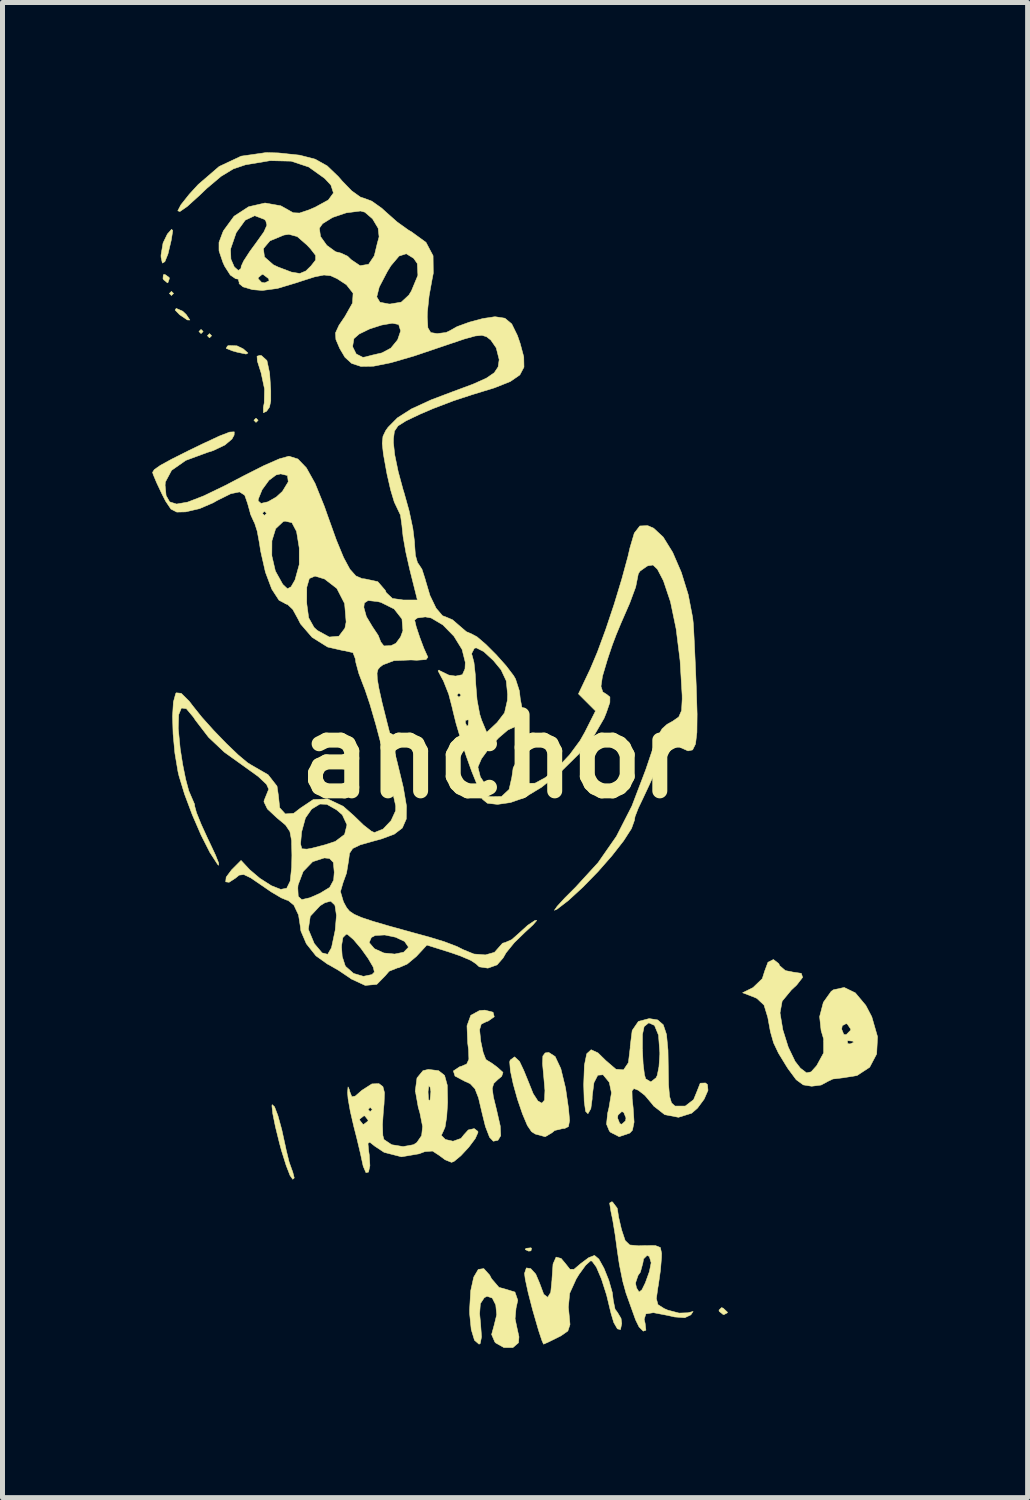
<source format=kicad_pcb>
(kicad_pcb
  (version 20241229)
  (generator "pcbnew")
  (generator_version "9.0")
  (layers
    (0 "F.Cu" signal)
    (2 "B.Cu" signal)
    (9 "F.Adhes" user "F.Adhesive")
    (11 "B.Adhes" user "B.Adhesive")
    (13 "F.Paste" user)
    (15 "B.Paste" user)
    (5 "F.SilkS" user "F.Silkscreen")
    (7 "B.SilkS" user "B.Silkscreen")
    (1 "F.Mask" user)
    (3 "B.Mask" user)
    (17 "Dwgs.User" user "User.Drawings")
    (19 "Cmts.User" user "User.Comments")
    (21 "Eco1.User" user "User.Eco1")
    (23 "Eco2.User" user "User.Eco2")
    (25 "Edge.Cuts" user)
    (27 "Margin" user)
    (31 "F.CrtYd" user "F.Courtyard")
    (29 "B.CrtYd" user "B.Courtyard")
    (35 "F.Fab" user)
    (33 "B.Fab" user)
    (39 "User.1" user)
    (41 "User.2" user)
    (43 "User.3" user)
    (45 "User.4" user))
  (footprint "anchor"
    (layer "F.Cu")
    (at 6.86 12.097)
    (property "Reference" "anchor" (at 0 0 0) (layer "F.SilkS") (effects (font (size 1.524 1.524) (thickness 0.3))))
    (attr through_hole)
    (fp_poly (pts (xy -6.435 -9.271) (xy -6.477 -9.229) (xy -6.519 -9.271) (xy -6.477 -9.313) (xy -6.435 -9.271)) (stroke (width 0.01) (type solid)) (fill yes) (layer "F.SilkS"))
    (fp_poly (pts (xy -5.842 -8.509) (xy -5.884 -8.467) (xy -5.927 -8.509) (xy -5.884 -8.551) (xy -5.842 -8.509)) (stroke (width 0.01) (type solid)) (fill yes) (layer "F.SilkS"))
    (fp_poly (pts (xy -5.673 -8.424) (xy -5.715 -8.382) (xy -5.757 -8.424) (xy -5.715 -8.467) (xy -5.673 -8.424)) (stroke (width 0.01) (type solid)) (fill yes) (layer "F.SilkS"))
    (fp_poly (pts (xy -4.741 -6.731) (xy -4.784 -6.689) (xy -4.826 -6.731) (xy -4.784 -6.773) (xy -4.741 -6.731)) (stroke (width 0.01) (type solid)) (fill yes) (layer "F.SilkS"))
    (fp_poly (pts (xy 0.734 9.85) (xy 0.722 9.9) (xy 0.677 9.906) (xy 0.608 9.875) (xy 0.621 9.85) (xy 0.721 9.839) (xy 0.734 9.85)) (stroke (width 0.01) (type solid)) (fill yes) (layer "F.SilkS"))
    (fp_poly (pts (xy -6.252 -8.916) (xy -6.181 -8.848) (xy -6.108 -8.739) (xy -6.158 -8.74) (xy -6.313 -8.845) (xy -6.403 -8.938) (xy -6.382 -8.972) (xy -6.252 -8.916)) (stroke (width 0.01) (type solid)) (fill yes) (layer "F.SilkS"))
    (fp_poly (pts (xy -6.523 -9.591) (xy -6.519 -9.567) (xy -6.548 -9.485) (xy -6.557 -9.483) (xy -6.629 -9.542) (xy -6.646 -9.567) (xy -6.64 -9.645) (xy -6.609 -9.652) (xy -6.523 -9.591)) (stroke (width 0.01) (type solid)) (fill yes) (layer "F.SilkS"))
    (fp_poly (pts (xy 4.572 11.049) (xy 4.653 11.125) (xy 4.657 11.139) (xy 4.591 11.175) (xy 4.572 11.176) (xy 4.491 11.111) (xy 4.487 11.086) (xy 4.539 11.036) (xy 4.572 11.049)) (stroke (width 0.01) (type solid)) (fill yes) (layer "F.SilkS"))
    (fp_poly (pts (xy -5.164 -8.222) (xy -5.039 -8.161) (xy -4.945 -8.078) (xy -4.983 -8.057) (xy -5.166 -8.096) (xy -5.249 -8.119) (xy -5.381 -8.171) (xy -5.356 -8.218) (xy -5.33 -8.228) (xy -5.164 -8.222)) (stroke (width 0.01) (type solid)) (fill yes) (layer "F.SilkS"))
    (fp_poly (pts (xy -6.451 -10.53) (xy -6.477 -10.362) (xy -6.483 -10.329) (xy -6.546 -10.063) (xy -6.609 -9.907) (xy -6.659 -9.879) (xy -6.685 -9.996) (xy -6.686 -10.038) (xy -6.645 -10.282) (xy -6.558 -10.461) (xy -6.474 -10.556) (xy -6.451 -10.53)) (stroke (width 0.01) (type solid)) (fill yes) (layer "F.SilkS"))
    (fp_poly (pts (xy -4.673 -8.026) (xy -4.565 -7.927) (xy -4.511 -7.675) (xy -4.51 -7.662) (xy -4.488 -7.326) (xy -4.488 -7.118) (xy -4.514 -6.995) (xy -4.57 -6.915) (xy -4.577 -6.909) (xy -4.636 -6.883) (xy -4.636 -6.991) (xy -4.619 -7.078) (xy -4.613 -7.359) (xy -4.682 -7.682) (xy -4.687 -7.697) (xy -4.756 -7.915) (xy -4.763 -8.014) (xy -4.706 -8.031) (xy -4.673 -8.026)) (stroke (width 0.01) (type solid)) (fill yes) (layer "F.SilkS"))
    (fp_poly (pts (xy -4.413 7.015) (xy -4.345 7.193) (xy -4.268 7.473) (xy -4.192 7.82) (xy -4.18 7.879) (xy -4.12 8.123) (xy -4.052 8.313) (xy -4.049 8.319) (xy -4.018 8.44) (xy -4.048 8.467) (xy -4.102 8.391) (xy -4.181 8.187) (xy -4.273 7.893) (xy -4.314 7.742) (xy -4.395 7.414) (xy -4.448 7.153) (xy -4.465 6.997) (xy -4.46 6.972) (xy -4.413 7.015)) (stroke (width 0.01) (type solid)) (fill yes) (layer "F.SilkS"))
    (fp_poly (pts (xy 1.206 6.009) (xy 1.32 6.251) (xy 1.415 6.642) (xy 1.474 7.048) (xy 1.495 7.292) (xy 1.473 7.411) (xy 1.398 7.449) (xy 1.358 7.451) (xy 1.197 7.49) (xy 1.143 7.535) (xy 1.007 7.615) (xy 0.808 7.561) (xy 0.733 7.513) (xy 0.65 7.39) (xy 0.552 7.158) (xy 0.452 6.865) (xy 0.367 6.56) (xy 0.31 6.294) (xy 0.296 6.116) (xy 0.306 6.081) (xy 0.394 6.015) (xy 0.492 6.106) (xy 0.578 6.287) (xy 0.68 6.537) (xy 0.766 6.752) (xy 0.766 6.752) (xy 0.861 6.899) (xy 0.94 6.943) (xy 0.993 6.882) (xy 1.002 6.689) (xy 0.98 6.435) (xy 0.954 6.153) (xy 0.96 5.999) (xy 1.006 5.937) (xy 1.078 5.927) (xy 1.206 6.009)) (stroke (width 0.01) (type solid)) (fill yes) (layer "F.SilkS"))
    (fp_poly (pts (xy -0.104 10.387) (xy -0.069 10.456) (xy 0.081 10.631) (xy 0.216 10.668) (xy 0.401 10.725) (xy 0.458 10.889) (xy 0.423 11.049) (xy 0.404 11.259) (xy 0.438 11.423) (xy 0.482 11.622) (xy 0.472 11.741) (xy 0.359 11.838) (xy 0.183 11.838) (xy 0.016 11.744) (xy -0.002 11.724) (xy -0.066 11.575) (xy -0.014 11.385) (xy 0.036 11.179) (xy 0.017 10.983) (xy -0.053 10.845) (xy -0.159 10.809) (xy -0.214 10.84) (xy -0.291 10.957) (xy -0.306 11.159) (xy -0.287 11.357) (xy -0.268 11.623) (xy -0.295 11.757) (xy -0.318 11.769) (xy -0.409 11.69) (xy -0.474 11.475) (xy -0.506 11.158) (xy -0.507 11.081) (xy -0.485 10.7) (xy -0.424 10.426) (xy -0.333 10.272) (xy -0.223 10.255) (xy -0.104 10.387)) (stroke (width 0.01) (type solid)) (fill yes) (layer "F.SilkS"))
    (fp_poly (pts (xy -0.037 5.122) (xy -0.013 5.213) (xy -0.137 5.3) (xy -0.169 5.309) (xy -0.273 5.36) (xy -0.307 5.472) (xy -0.284 5.695) (xy -0.283 5.704) (xy -0.236 5.926) (xy -0.184 6.062) (xy -0.168 6.078) (xy -0.06 6.144) (xy 0.051 6.226) (xy 0.162 6.327) (xy 0.136 6.405) (xy 0.059 6.469) (xy -0.023 6.548) (xy -0.053 6.647) (xy -0.031 6.815) (xy 0.033 7.076) (xy 0.107 7.4) (xy 0.117 7.594) (xy 0.061 7.686) (xy -0.032 7.705) (xy -0.107 7.626) (xy -0.19 7.41) (xy -0.256 7.144) (xy -0.328 6.837) (xy -0.4 6.654) (xy -0.495 6.553) (xy -0.61 6.501) (xy -0.799 6.4) (xy -0.832 6.298) (xy -0.706 6.214) (xy -0.668 6.203) (xy -0.564 6.158) (xy -0.521 6.064) (xy -0.528 5.873) (xy -0.545 5.737) (xy -0.559 5.394) (xy -0.483 5.184) (xy -0.31 5.089) (xy -0.201 5.08) (xy -0.037 5.122)) (stroke (width 0.01) (type solid)) (fill yes) (layer "F.SilkS"))
    (fp_poly (pts (xy 2.081 10.064) (xy 2.184 10.249) (xy 2.281 10.49) (xy 2.351 10.736) (xy 2.371 10.899) (xy 2.406 11.068) (xy 2.455 11.134) (xy 2.526 11.253) (xy 2.54 11.355) (xy 2.514 11.477) (xy 2.453 11.462) (xy 2.38 11.335) (xy 2.326 11.154) (xy 2.236 10.783) (xy 2.133 10.462) (xy 2.032 10.225) (xy 1.945 10.106) (xy 1.915 10.1) (xy 1.818 10.187) (xy 1.685 10.37) (xy 1.628 10.463) (xy 1.497 10.751) (xy 1.471 11.029) (xy 1.483 11.147) (xy 1.504 11.375) (xy 1.461 11.505) (xy 1.324 11.601) (xy 1.261 11.633) (xy 1.079 11.723) (xy 0.979 11.767) (xy 0.974 11.769) (xy 0.942 11.697) (xy 0.882 11.517) (xy 0.862 11.451) (xy 0.753 11.074) (xy 0.665 10.732) (xy 0.608 10.47) (xy 0.593 10.351) (xy 0.63 10.242) (xy 0.717 10.255) (xy 0.818 10.366) (xy 0.895 10.547) (xy 0.978 10.77) (xy 1.057 10.83) (xy 1.118 10.731) (xy 1.143 10.48) (xy 1.143 10.462) (xy 1.164 10.163) (xy 1.225 10.025) (xy 1.326 10.052) (xy 1.403 10.143) (xy 1.502 10.268) (xy 1.584 10.27) (xy 1.714 10.159) (xy 1.877 10.037) (xy 1.994 9.991) (xy 2.081 10.064)) (stroke (width 0.01) (type solid)) (fill yes) (layer "F.SilkS"))
    (fp_poly (pts (xy 2.358 8.925) (xy 2.449 9.046) (xy 2.456 9.085) (xy 2.478 9.229) (xy 2.53 9.452) (xy 2.543 9.498) (xy 2.609 9.695) (xy 2.7 9.782) (xy 2.876 9.799) (xy 2.987 9.795) (xy 3.211 9.793) (xy 3.313 9.833) (xy 3.338 9.949) (xy 3.336 10.033) (xy 3.315 10.288) (xy 3.273 10.586) (xy 3.264 10.633) (xy 3.233 10.856) (xy 3.265 10.977) (xy 3.39 11.056) (xy 3.461 11.087) (xy 3.687 11.146) (xy 3.869 11.14) (xy 3.872 11.138) (xy 3.969 11.114) (xy 3.926 11.178) (xy 3.921 11.183) (xy 3.802 11.239) (xy 3.598 11.224) (xy 3.461 11.193) (xy 3.174 11.138) (xy 3.023 11.162) (xy 2.989 11.271) (xy 3.008 11.352) (xy 3.024 11.489) (xy 2.971 11.508) (xy 2.886 11.423) (xy 2.817 11.282) (xy 2.729 11.036) (xy 2.631 10.762) (xy 2.627 10.753) (xy 2.57 10.545) (xy 2.815 10.545) (xy 2.835 10.641) (xy 2.887 10.725) (xy 2.944 10.68) (xy 3.012 10.541) (xy 3.093 10.317) (xy 3.129 10.139) (xy 3.092 10.013) (xy 3.048 9.991) (xy 2.977 10.061) (xy 2.963 10.143) (xy 2.913 10.327) (xy 2.867 10.391) (xy 2.815 10.545) (xy 2.57 10.545) (xy 2.559 10.506) (xy 2.492 10.174) (xy 2.452 9.906) (xy 2.407 9.575) (xy 2.358 9.278) (xy 2.323 9.11) (xy 2.297 8.943) (xy 2.343 8.916) (xy 2.358 8.925)) (stroke (width 0.01) (type solid)) (fill yes) (layer "F.SilkS"))
    (fp_poly (pts (xy 5.683 4.148) (xy 5.703 4.191) (xy 5.816 4.288) (xy 5.966 4.318) (xy 6.135 4.343) (xy 6.162 4.424) (xy 6.044 4.576) (xy 5.936 4.677) (xy 5.752 4.9) (xy 5.709 5.135) (xy 5.709 5.136) (xy 5.766 5.476) (xy 5.874 5.82) (xy 6.011 6.106) (xy 6.117 6.242) (xy 6.241 6.336) (xy 6.332 6.316) (xy 6.443 6.192) (xy 6.582 5.937) (xy 6.582 5.701) (xy 7.056 5.701) (xy 7.067 5.751) (xy 7.112 5.757) (xy 7.182 5.726) (xy 7.168 5.701) (xy 7.068 5.691) (xy 7.056 5.701) (xy 6.582 5.701) (xy 6.582 5.657) (xy 6.532 5.488) (xy 6.529 5.461) (xy 6.943 5.461) (xy 6.986 5.566) (xy 7.034 5.572) (xy 7.121 5.484) (xy 7.125 5.461) (xy 7.059 5.362) (xy 7.034 5.35) (xy 6.956 5.391) (xy 6.943 5.461) (xy 6.529 5.461) (xy 6.502 5.21) (xy 6.577 4.924) (xy 6.733 4.705) (xy 6.778 4.673) (xy 6.994 4.626) (xy 7.217 4.734) (xy 7.427 4.985) (xy 7.547 5.214) (xy 7.662 5.613) (xy 7.644 5.958) (xy 7.504 6.224) (xy 7.251 6.39) (xy 6.971 6.435) (xy 6.767 6.459) (xy 6.648 6.516) (xy 6.646 6.519) (xy 6.532 6.58) (xy 6.343 6.604) (xy 6.175 6.577) (xy 6.033 6.473) (xy 5.872 6.256) (xy 5.841 6.208) (xy 5.678 5.941) (xy 5.58 5.735) (xy 5.517 5.513) (xy 5.464 5.224) (xy 5.389 4.979) (xy 5.246 4.845) (xy 5.185 4.818) (xy 4.96 4.732) (xy 5.168 4.629) (xy 5.354 4.45) (xy 5.403 4.295) (xy 5.468 4.121) (xy 5.577 4.066) (xy 5.683 4.148)) (stroke (width 0.01) (type solid)) (fill yes) (layer "F.SilkS"))
    (fp_poly (pts (xy 3.259 5.276) (xy 3.371 5.373) (xy 3.436 5.567) (xy 3.466 5.884) (xy 3.471 6.2) (xy 3.477 6.572) (xy 3.497 6.807) (xy 3.537 6.938) (xy 3.603 6.998) (xy 3.61 7.001) (xy 3.812 7.001) (xy 3.979 6.872) (xy 4.049 6.701) (xy 4.111 6.543) (xy 4.216 6.538) (xy 4.256 6.57) (xy 4.267 6.686) (xy 4.19 6.862) (xy 4.057 7.042) (xy 3.94 7.144) (xy 3.676 7.226) (xy 3.4 7.173) (xy 3.178 6.999) (xy 3.158 6.971) (xy 3.004 6.788) (xy 2.871 6.684) (xy 2.783 6.651) (xy 2.745 6.697) (xy 2.749 6.856) (xy 2.768 7.035) (xy 2.787 7.322) (xy 2.754 7.485) (xy 2.701 7.542) (xy 2.488 7.614) (xy 2.314 7.525) (xy 2.291 7.499) (xy 2.235 7.363) (xy 2.248 7.239) (xy 2.455 7.239) (xy 2.501 7.352) (xy 2.54 7.366) (xy 2.615 7.297) (xy 2.625 7.239) (xy 2.579 7.126) (xy 2.54 7.112) (xy 2.465 7.181) (xy 2.455 7.239) (xy 2.248 7.239) (xy 2.257 7.146) (xy 2.284 7.034) (xy 2.334 6.736) (xy 2.291 6.529) (xy 2.286 6.52) (xy 2.166 6.374) (xy 2.06 6.383) (xy 1.983 6.533) (xy 1.948 6.809) (xy 1.947 6.86) (xy 1.921 7.053) (xy 1.863 7.154) (xy 1.816 7.106) (xy 1.788 6.902) (xy 1.778 6.572) (xy 1.792 6.183) (xy 1.839 5.953) (xy 1.927 5.873) (xy 2.064 5.936) (xy 2.22 6.089) (xy 2.423 6.263) (xy 2.576 6.276) (xy 2.673 6.132) (xy 2.705 5.866) (xy 2.954 5.866) (xy 2.968 6.154) (xy 2.995 6.373) (xy 3.019 6.456) (xy 3.123 6.517) (xy 3.228 6.434) (xy 3.251 6.385) (xy 3.285 6.215) (xy 3.302 5.969) (xy 3.302 5.927) (xy 3.276 5.58) (xy 3.196 5.386) (xy 3.081 5.334) (xy 2.988 5.409) (xy 2.955 5.567) (xy 2.954 5.866) (xy 2.705 5.866) (xy 2.709 5.834) (xy 2.709 5.806) (xy 2.749 5.487) (xy 2.873 5.306) (xy 3.09 5.249) (xy 3.259 5.276)) (stroke (width 0.01) (type solid)) (fill yes) (layer "F.SilkS"))
    (fp_poly (pts (xy -1.128 6.292) (xy -1.008 6.387) (xy -0.954 6.582) (xy -0.947 6.912) (xy -0.947 6.931) (xy -0.965 7.213) (xy -0.998 7.422) (xy -1.033 7.503) (xy -1.073 7.588) (xy -0.992 7.67) (xy -0.839 7.705) (xy -0.678 7.648) (xy -0.623 7.578) (xy -0.533 7.479) (xy -0.414 7.452) (xy -0.341 7.508) (xy -0.339 7.529) (xy -0.393 7.651) (xy -0.523 7.825) (xy -0.682 7.996) (xy -0.82 8.11) (xy -0.869 8.128) (xy -0.998 8.076) (xy -1.113 7.99) (xy -1.248 7.902) (xy -1.402 7.913) (xy -1.52 7.957) (xy -1.871 8.017) (xy -2.218 7.928) (xy -2.405 7.804) (xy -2.507 7.723) (xy -2.542 7.749) (xy -2.527 7.907) (xy -2.516 7.978) (xy -2.503 8.196) (xy -2.531 8.323) (xy -2.582 8.334) (xy -2.637 8.206) (xy -2.65 8.148) (xy -2.695 7.94) (xy -2.766 7.642) (xy -2.826 7.408) (xy -2.855 7.281) (xy -2.709 7.281) (xy -2.645 7.364) (xy -2.625 7.366) (xy -2.542 7.302) (xy -2.54 7.281) (xy -2.604 7.199) (xy -2.625 7.197) (xy -2.707 7.261) (xy -2.709 7.281) (xy -2.855 7.281) (xy -2.895 7.109) (xy -2.902 7.07) (xy -2.54 7.07) (xy -2.498 7.112) (xy -2.455 7.07) (xy -2.498 7.027) (xy -2.54 7.07) (xy -2.902 7.07) (xy -2.94 6.856) (xy -2.95 6.731) (xy -2.941 6.617) (xy -2.916 6.669) (xy -2.904 6.717) (xy -2.865 6.814) (xy -2.797 6.802) (xy -2.664 6.686) (xy -2.463 6.557) (xy -2.322 6.552) (xy -2.243 6.611) (xy -2.211 6.733) (xy -2.22 6.962) (xy -2.233 7.092) (xy -2.251 7.372) (xy -2.244 7.588) (xy -2.222 7.671) (xy -2.066 7.775) (xy -1.838 7.812) (xy -1.628 7.774) (xy -1.562 7.73) (xy -1.467 7.591) (xy -1.448 7.41) (xy -1.502 7.138) (xy -1.535 7.024) (xy -1.587 6.731) (xy -1.338 6.731) (xy -1.329 6.876) (xy -1.303 6.888) (xy -1.299 6.881) (xy -1.282 6.713) (xy -1.296 6.627) (xy -1.323 6.592) (xy -1.338 6.705) (xy -1.338 6.731) (xy -1.587 6.731) (xy -1.594 6.692) (xy -1.56 6.438) (xy -1.44 6.292) (xy -1.332 6.267) (xy -1.128 6.292)) (stroke (width 0.01) (type solid)) (fill yes) (layer "F.SilkS"))
    (fp_poly (pts (xy -4.337 -12.085) (xy -3.909 -12.04) (xy -3.599 -11.96) (xy -3.358 -11.825) (xy -3.134 -11.61) (xy -3.057 -11.521) (xy -2.867 -11.325) (xy -2.692 -11.2) (xy -2.616 -11.176) (xy -2.465 -11.119) (xy -2.265 -10.977) (xy -2.182 -10.901) (xy -1.956 -10.701) (xy -1.73 -10.539) (xy -1.672 -10.506) (xy -1.38 -10.294) (xy -1.238 -10.026) (xy -1.234 -9.675) (xy -1.259 -9.547) (xy -1.318 -9.221) (xy -1.352 -8.897) (xy -1.355 -8.799) (xy -1.342 -8.583) (xy -1.285 -8.488) (xy -1.157 -8.467) (xy -0.979 -8.489) (xy -0.902 -8.525) (xy -0.757 -8.607) (xy -0.515 -8.695) (xy -0.244 -8.768) (xy -0.015 -8.803) (xy 0.011 -8.804) (xy 0.2 -8.775) (xy 0.337 -8.661) (xy 0.451 -8.429) (xy 0.505 -8.272) (xy 0.578 -8) (xy 0.582 -7.796) (xy 0.499 -7.639) (xy 0.308 -7.507) (xy -0.009 -7.381) (xy -0.466 -7.241) (xy -0.831 -7.121) (xy -1.24 -6.965) (xy -1.503 -6.852) (xy -1.782 -6.719) (xy -1.94 -6.619) (xy -2.012 -6.513) (xy -2.031 -6.364) (xy -2.032 -6.28) (xy -2.006 -6.039) (xy -1.937 -5.705) (xy -1.839 -5.343) (xy -1.82 -5.283) (xy -1.718 -4.918) (xy -1.643 -4.565) (xy -1.609 -4.291) (xy -1.609 -4.261) (xy -1.592 -4.029) (xy -1.549 -3.878) (xy -1.531 -3.856) (xy -1.46 -3.747) (xy -1.396 -3.548) (xy -1.393 -3.534) (xy -1.3 -3.222) (xy -1.178 -2.969) (xy -1.05 -2.818) (xy -0.985 -2.794) (xy -0.848 -2.736) (xy -0.72 -2.625) (xy -0.572 -2.498) (xy -0.47 -2.455) (xy -0.359 -2.396) (xy -0.18 -2.243) (xy 0.027 -2.036) (xy 0.225 -1.814) (xy 0.374 -1.618) (xy 0.413 -1.551) (xy 0.49 -1.313) (xy 0.508 -1.154) (xy 0.543 -0.969) (xy 0.604 -0.882) (xy 0.653 -0.772) (xy 0.665 -0.518) (xy 0.645 -0.163) (xy 0.627 0.153) (xy 0.628 0.398) (xy 0.648 0.528) (xy 0.656 0.537) (xy 0.803 0.536) (xy 1.012 0.422) (xy 1.254 0.224) (xy 1.495 -0.032) (xy 1.706 -0.318) (xy 1.799 -0.482) (xy 2.015 -0.911) (xy 1.844 -1.082) (xy 1.673 -1.253) (xy 1.908 -1.748) (xy 2.052 -2.089) (xy 2.218 -2.54) (xy 2.387 -3.045) (xy 2.541 -3.552) (xy 2.664 -4.004) (xy 2.704 -4.177) (xy 2.791 -4.472) (xy 2.902 -4.615) (xy 3.059 -4.622) (xy 3.179 -4.57) (xy 3.37 -4.393) (xy 3.56 -4.086) (xy 3.732 -3.688) (xy 3.871 -3.24) (xy 3.96 -2.779) (xy 3.972 -2.667) (xy 3.981 -2.522) (xy 3.995 -2.245) (xy 4.012 -1.873) (xy 4.03 -1.445) (xy 4.033 -1.366) (xy 4.049 -0.848) (xy 4.045 -0.482) (xy 4.017 -0.249) (xy 3.959 -0.131) (xy 3.867 -0.111) (xy 3.735 -0.17) (xy 3.701 -0.192) (xy 3.598 -0.252) (xy 3.521 -0.253) (xy 3.444 -0.171) (xy 3.344 0.02) (xy 3.223 0.282) (xy 3.081 0.592) (xy 2.958 0.854) (xy 2.878 1.021) (xy 2.871 1.036) (xy 2.805 1.207) (xy 2.794 1.279) (xy 2.735 1.444) (xy 2.576 1.691) (xy 2.343 1.989) (xy 2.063 2.308) (xy 1.762 2.617) (xy 1.468 2.887) (xy 1.245 3.058) (xy 1.191 3.081) (xy 1.246 3.002) (xy 1.398 2.836) (xy 1.617 2.617) (xy 2.066 2.127) (xy 2.433 1.6) (xy 2.743 0.993) (xy 3.021 0.264) (xy 3.053 0.169) (xy 3.172 -0.185) (xy 3.264 -0.414) (xy 3.348 -0.554) (xy 3.447 -0.643) (xy 3.559 -0.705) (xy 3.681 -0.79) (xy 3.738 -0.919) (xy 3.75 -1.148) (xy 3.749 -1.228) (xy 3.708 -1.918) (xy 3.629 -2.553) (xy 3.516 -3.096) (xy 3.377 -3.511) (xy 3.367 -3.533) (xy 3.255 -3.748) (xy 3.166 -3.833) (xy 3.064 -3.818) (xy 3.039 -3.805) (xy 2.907 -3.711) (xy 2.872 -3.659) (xy 2.819 -3.392) (xy 2.699 -3.068) (xy 2.667 -2.995) (xy 2.524 -2.667) (xy 2.427 -2.433) (xy 2.351 -2.232) (xy 2.274 -2.004) (xy 2.248 -1.923) (xy 2.153 -1.603) (xy 2.124 -1.404) (xy 2.16 -1.292) (xy 2.241 -1.241) (xy 2.303 -1.19) (xy 2.302 -1.082) (xy 2.232 -0.878) (xy 2.186 -0.764) (xy 1.992 -0.429) (xy 1.69 -0.058) (xy 1.323 0.304) (xy 0.934 0.617) (xy 0.582 0.829) (xy 0.312 0.923) (xy 0.053 0.96) (xy -0.15 0.937) (xy -0.25 0.856) (xy -0.254 0.831) (xy -0.188 0.789) (xy -0.081 0.806) (xy 0.133 0.802) (xy 0.284 0.661) (xy 0.339 0.418) (xy 0.366 0.226) (xy 0.423 0.127) (xy 0.485 0.015) (xy 0.509 -0.178) (xy 0.498 -0.386) (xy 0.455 -0.545) (xy 0.398 -0.593) (xy 0.259 -0.529) (xy 0.073 -0.37) (xy -0.117 -0.162) (xy -0.269 0.046) (xy -0.338 0.207) (xy -0.339 0.219) (xy -0.291 0.411) (xy -0.238 0.49) (xy -0.181 0.604) (xy -0.196 0.648) (xy -0.29 0.667) (xy -0.301 0.658) (xy -0.367 0.539) (xy -0.463 0.302) (xy -0.574 -0.007) (xy -0.684 -0.344) (xy -0.699 -0.395) (xy -0.48 -0.395) (xy -0.468 -0.345) (xy -0.423 -0.339) (xy -0.354 -0.37) (xy -0.367 -0.395) (xy -0.467 -0.405) (xy -0.48 -0.395) (xy -0.699 -0.395) (xy -0.778 -0.661) (xy -0.782 -0.677) (xy -0.593 -0.677) (xy -0.562 -0.608) (xy -0.536 -0.621) (xy -0.526 -0.721) (xy -0.536 -0.734) (xy -0.587 -0.722) (xy -0.593 -0.677) (xy -0.782 -0.677) (xy -0.841 -0.915) (xy -0.847 -0.946) (xy -0.92 -1.228) (xy -0.762 -1.228) (xy -0.72 -1.185) (xy -0.677 -1.228) (xy -0.72 -1.27) (xy -0.762 -1.228) (xy -0.92 -1.228) (xy -0.924 -1.245) (xy -1.031 -1.514) (xy -1.068 -1.581) (xy -1.138 -1.714) (xy -1.119 -1.73) (xy -1.099 -1.714) (xy -0.923 -1.629) (xy -0.787 -1.609) (xy -0.651 -1.637) (xy -0.599 -1.754) (xy -0.593 -1.884) (xy -0.636 -2.057) (xy -0.468 -2.057) (xy -0.453 -2.012) (xy -0.419 -1.88) (xy -0.393 -1.641) (xy -0.383 -1.446) (xy -0.357 -1.131) (xy -0.304 -0.846) (xy -0.267 -0.729) (xy -0.164 -0.483) (xy 0.045 -0.68) (xy 0.193 -0.874) (xy 0.25 -1.125) (xy 0.254 -1.244) (xy 0.227 -1.514) (xy 0.124 -1.734) (xy -0.029 -1.92) (xy -0.224 -2.1) (xy -0.371 -2.174) (xy -0.411 -2.167) (xy -0.468 -2.057) (xy -0.636 -2.057) (xy -0.657 -2.142) (xy -0.821 -2.408) (xy -1.042 -2.634) (xy -1.277 -2.773) (xy -1.393 -2.794) (xy -1.553 -2.773) (xy -1.607 -2.731) (xy -1.577 -2.602) (xy -1.507 -2.391) (xy -1.424 -2.169) (xy -1.352 -2.009) (xy -1.341 -1.99) (xy -1.378 -1.94) (xy -1.565 -1.926) (xy -1.68 -1.932) (xy -2.022 -1.918) (xy -2.241 -1.835) (xy -2.3 -1.79) (xy -2.341 -1.743) (xy -2.36 -1.67) (xy -2.355 -1.55) (xy -2.323 -1.363) (xy -2.261 -1.085) (xy -2.164 -0.697) (xy -2.031 -0.175) (xy -1.956 0.116) (xy -1.834 0.621) (xy -1.771 0.992) (xy -1.775 1.253) (xy -1.854 1.433) (xy -2.016 1.557) (xy -2.269 1.651) (xy -2.423 1.693) (xy -2.698 1.771) (xy -2.847 1.843) (xy -2.911 1.94) (xy -2.929 2.081) (xy -2.971 2.335) (xy -3.04 2.525) (xy -3.093 2.706) (xy -3.034 2.907) (xy -3.015 2.944) (xy -2.968 3.03) (xy -2.91 3.099) (xy -2.818 3.161) (xy -2.669 3.226) (xy -2.44 3.302) (xy -2.108 3.399) (xy -1.649 3.526) (xy -1.312 3.618) (xy -1.012 3.71) (xy -0.759 3.806) (xy -0.637 3.868) (xy -0.422 3.956) (xy -0.19 3.974) (xy -0.008 3.922) (xy 0.054 3.852) (xy 0.153 3.74) (xy 0.208 3.725) (xy 0.337 3.668) (xy 0.473 3.548) (xy 0.658 3.38) (xy 0.803 3.284) (xy 0.838 3.285) (xy 0.76 3.375) (xy 0.607 3.516) (xy 0.389 3.728) (xy 0.223 3.932) (xy 0.165 4.034) (xy 0.043 4.174) (xy -0.14 4.239) (xy -0.313 4.213) (xy -0.379 4.152) (xy -0.482 4.084) (xy -0.695 3.993) (xy -0.895 3.924) (xy -1.362 3.777) (xy -1.573 4.005) (xy -1.757 4.158) (xy -1.929 4.232) (xy -1.948 4.233) (xy -2.118 4.301) (xy -2.196 4.392) (xy -2.365 4.564) (xy -2.597 4.585) (xy -2.876 4.456) (xy -2.899 4.439) (xy -3.126 4.286) (xy -3.327 4.17) (xy -3.354 4.157) (xy -3.583 3.993) (xy -3.776 3.75) (xy -3.885 3.495) (xy -3.889 3.461) (xy -3.736 3.461) (xy -3.617 3.747) (xy -3.46 3.934) (xy -3.348 3.962) (xy -3.273 3.832) (xy -3.273 3.831) (xy -3.265 3.797) (xy -3.072 3.797) (xy -3.058 4.004) (xy -3 4.185) (xy -2.987 4.207) (xy -2.83 4.345) (xy -2.633 4.403) (xy -2.462 4.368) (xy -2.413 4.318) (xy -2.436 4.219) (xy -2.538 4.045) (xy -2.681 3.845) (xy -2.781 3.727) (xy -2.518 3.727) (xy -2.419 3.843) (xy -2.408 3.852) (xy -2.223 3.936) (xy -2.009 3.957) (xy -1.827 3.92) (xy -1.737 3.828) (xy -1.736 3.81) (xy -1.809 3.704) (xy -1.988 3.62) (xy -2.205 3.575) (xy -2.397 3.585) (xy -2.474 3.625) (xy -2.518 3.727) (xy -2.781 3.727) (xy -2.83 3.669) (xy -2.947 3.567) (xy -2.975 3.558) (xy -3.044 3.627) (xy -3.072 3.797) (xy -3.265 3.797) (xy -3.198 3.48) (xy -3.173 3.183) (xy -3.202 2.987) (xy -3.212 2.97) (xy -3.288 2.898) (xy -3.403 2.929) (xy -3.5 2.989) (xy -3.697 3.2) (xy -3.736 3.461) (xy -3.889 3.461) (xy -3.895 3.412) (xy -3.932 3.175) (xy -4.025 2.978) (xy -4.143 2.881) (xy -4.163 2.879) (xy -4.277 2.832) (xy -4.478 2.713) (xy -4.657 2.59) (xy -4.888 2.432) (xy -5.028 2.365) (xy -5.122 2.377) (xy -5.195 2.437) (xy -5.323 2.52) (xy -5.391 2.511) (xy -5.381 2.417) (xy -5.273 2.272) (xy -5.267 2.266) (xy -5.083 2.082) (xy -4.91 2.268) (xy -4.706 2.441) (xy -4.474 2.589) (xy -4.288 2.662) (xy -4.167 2.638) (xy -4.165 2.632) (xy -3.947 2.632) (xy -3.938 2.803) (xy -3.867 2.867) (xy -3.703 2.829) (xy -3.505 2.742) (xy -3.309 2.623) (xy -3.229 2.476) (xy -3.217 2.319) (xy -3.235 2.122) (xy -3.312 2.043) (xy -3.416 2.032) (xy -3.65 2.108) (xy -3.84 2.305) (xy -3.941 2.573) (xy -3.947 2.632) (xy -4.165 2.632) (xy -4.099 2.496) (xy -4.07 2.217) (xy -4.065 1.979) (xy -4.07 1.754) (xy -3.892 1.754) (xy -3.865 1.849) (xy -3.764 1.856) (xy -3.671 1.839) (xy -3.397 1.768) (xy -3.196 1.702) (xy -3.01 1.562) (xy -2.962 1.369) (xy -3.056 1.168) (xy -3.172 1.068) (xy -3.365 0.959) (xy -3.503 0.953) (xy -3.661 1.049) (xy -3.672 1.057) (xy -3.794 1.232) (xy -3.869 1.506) (xy -3.872 1.532) (xy -3.892 1.754) (xy -4.07 1.754) (xy -4.071 1.686) (xy -4.105 1.504) (xy -4.192 1.374) (xy -4.355 1.238) (xy -4.366 1.229) (xy -4.556 1.051) (xy -4.625 0.908) (xy -4.62 0.88) (xy -4.547 0.699) (xy -4.529 0.656) (xy -4.574 0.557) (xy -4.74 0.401) (xy -4.994 0.218) (xy -5.417 -0.085) (xy -5.733 -0.383) (xy -5.999 -0.729) (xy -6.036 -0.786) (xy -6.178 -0.956) (xy -6.277 -0.97) (xy -6.332 -0.836) (xy -6.341 -0.563) (xy -6.302 -0.158) (xy -6.252 0.16) (xy -6.192 0.457) (xy -6.13 0.688) (xy -6.082 0.8) (xy -6.015 0.955) (xy -6.011 0.997) (xy -5.976 1.125) (xy -5.882 1.358) (xy -5.748 1.651) (xy -5.714 1.721) (xy -5.594 1.977) (xy -5.531 2.137) (xy -5.534 2.18) (xy -5.554 2.159) (xy -5.707 1.923) (xy -5.883 1.576) (xy -6.059 1.17) (xy -6.214 0.757) (xy -6.326 0.389) (xy -6.346 0.304) (xy -6.408 -0.065) (xy -6.444 -0.45) (xy -6.455 -0.805) (xy -6.438 -1.089) (xy -6.392 -1.258) (xy -6.38 -1.274) (xy -6.281 -1.264) (xy -6.123 -1.108) (xy -6.049 -1.011) (xy -5.868 -0.785) (xy -5.632 -0.522) (xy -5.377 -0.258) (xy -5.139 -0.03) (xy -4.953 0.126) (xy -4.883 0.169) (xy -4.542 0.366) (xy -4.363 0.595) (xy -4.335 0.785) (xy -4.31 1.027) (xy -4.197 1.151) (xy -4.029 1.139) (xy -3.894 1.035) (xy -3.637 0.863) (xy -3.347 0.851) (xy -3.038 0.998) (xy -2.826 1.185) (xy -2.632 1.373) (xy -2.475 1.496) (xy -2.412 1.524) (xy -2.238 1.453) (xy -2.079 1.285) (xy -1.988 1.087) (xy -1.986 0.991) (xy -2.113 0.427) (xy -2.248 -0.124) (xy -2.381 -0.627) (xy -2.503 -1.046) (xy -2.603 -1.344) (xy -2.626 -1.401) (xy -2.725 -1.662) (xy -2.785 -1.883) (xy -2.794 -1.954) (xy -2.842 -2.078) (xy -3.011 -2.117) (xy -3.027 -2.117) (xy -3.35 -2.191) (xy -3.66 -2.385) (xy -3.893 -2.655) (xy -3.943 -2.754) (xy -4.048 -2.945) (xy -4.153 -3.044) (xy -4.172 -3.048) (xy -4.215 -3.071) (xy -3.769 -3.071) (xy -3.729 -2.776) (xy -3.622 -2.584) (xy -3.556 -2.523) (xy -3.315 -2.391) (xy -3.124 -2.408) (xy -3.004 -2.567) (xy -2.979 -2.692) (xy -3.003 -2.985) (xy -2.625 -2.985) (xy -2.574 -2.801) (xy -2.455 -2.602) (xy -2.337 -2.425) (xy -2.286 -2.296) (xy -2.286 -2.294) (xy -2.223 -2.213) (xy -2.078 -2.219) (xy -1.982 -2.266) (xy -1.889 -2.392) (xy -1.842 -2.519) (xy -1.861 -2.753) (xy -2.018 -2.953) (xy -2.283 -3.085) (xy -2.349 -3.101) (xy -2.539 -3.122) (xy -2.614 -3.073) (xy -2.625 -2.985) (xy -3.003 -2.985) (xy -3.01 -3.062) (xy -3.165 -3.364) (xy -3.41 -3.553) (xy -3.602 -3.611) (xy -3.716 -3.563) (xy -3.767 -3.388) (xy -3.769 -3.071) (xy -4.215 -3.071) (xy -4.323 -3.128) (xy -4.468 -3.351) (xy -4.595 -3.689) (xy -4.67 -4.019) (xy -4.467 -4.019) (xy -4.396 -3.713) (xy -4.25 -3.45) (xy -4.243 -3.441) (xy -4.154 -3.358) (xy -4.082 -3.397) (xy -4.003 -3.534) (xy -3.918 -3.842) (xy -3.918 -4.175) (xy -3.972 -4.505) (xy -4.065 -4.681) (xy -4.203 -4.712) (xy -4.241 -4.701) (xy -4.39 -4.561) (xy -4.465 -4.318) (xy -4.467 -4.019) (xy -4.67 -4.019) (xy -4.692 -4.117) (xy -4.716 -4.276) (xy -4.76 -4.512) (xy -4.813 -4.677) (xy -4.826 -4.699) (xy -4.888 -4.836) (xy -4.897 -4.868) (xy -4.657 -4.868) (xy -4.614 -4.826) (xy -4.572 -4.868) (xy -4.614 -4.911) (xy -4.657 -4.868) (xy -4.897 -4.868) (xy -4.948 -5.051) (xy -4.951 -5.062) (xy -4.97 -5.118) (xy -4.741 -5.118) (xy -4.683 -5.067) (xy -4.544 -5.099) (xy -4.376 -5.196) (xy -4.255 -5.307) (xy -4.138 -5.499) (xy -4.153 -5.625) (xy -4.289 -5.658) (xy -4.381 -5.637) (xy -4.524 -5.53) (xy -4.661 -5.342) (xy -4.738 -5.153) (xy -4.741 -5.118) (xy -4.97 -5.118) (xy -5.01 -5.231) (xy -5.113 -5.297) (xy -5.288 -5.261) (xy -5.564 -5.124) (xy -5.644 -5.078) (xy -5.915 -4.962) (xy -6.193 -4.897) (xy -6.195 -4.897) (xy -6.37 -4.893) (xy -6.487 -4.953) (xy -6.594 -5.112) (xy -6.664 -5.249) (xy -6.773 -5.48) (xy -6.842 -5.645) (xy -6.855 -5.689) (xy -6.82 -5.744) (xy -6.7 -5.828) (xy -6.474 -5.952) (xy -6.124 -6.128) (xy -5.851 -6.26) (xy -5.516 -6.416) (xy -5.311 -6.495) (xy -5.219 -6.5) (xy -5.222 -6.435) (xy -5.265 -6.356) (xy -5.405 -6.237) (xy -5.641 -6.124) (xy -5.753 -6.089) (xy -6.19 -5.928) (xy -6.474 -5.729) (xy -6.599 -5.495) (xy -6.604 -5.43) (xy -6.584 -5.224) (xy -6.513 -5.098) (xy -6.374 -5.054) (xy -6.152 -5.093) (xy -5.829 -5.218) (xy -5.391 -5.43) (xy -5.038 -5.615) (xy -4.623 -5.825) (xy -4.314 -5.96) (xy -4.129 -6.011) (xy -4.12 -6.011) (xy -3.945 -5.956) (xy -3.775 -5.779) (xy -3.601 -5.467) (xy -3.415 -5.007) (xy -3.354 -4.834) (xy -3.176 -4.337) (xy -3.03 -3.983) (xy -2.904 -3.749) (xy -2.784 -3.615) (xy -2.659 -3.56) (xy -2.602 -3.555) (xy -2.346 -3.5) (xy -2.195 -3.326) (xy -2.177 -3.281) (xy -2.053 -3.164) (xy -1.837 -3.133) (xy -1.552 -3.133) (xy -1.706 -3.747) (xy -1.783 -4.087) (xy -1.838 -4.398) (xy -1.861 -4.614) (xy -1.861 -4.619) (xy -1.891 -4.833) (xy -1.956 -4.97) (xy -2.015 -5.094) (xy -2.088 -5.337) (xy -2.16 -5.651) (xy -2.173 -5.721) (xy -2.233 -6.055) (xy -2.256 -6.27) (xy -2.241 -6.411) (xy -2.186 -6.525) (xy -2.139 -6.591) (xy -1.953 -6.779) (xy -1.673 -6.958) (xy -1.273 -7.142) (xy -0.844 -7.304) (xy -0.44 -7.454) (xy -0.172 -7.574) (xy -0.013 -7.683) (xy 0.064 -7.799) (xy 0.085 -7.94) (xy 0.085 -7.949) (xy 0.026 -8.182) (xy -0.082 -8.338) (xy -0.167 -8.404) (xy -0.259 -8.433) (xy -0.396 -8.419) (xy -0.612 -8.359) (xy -0.944 -8.247) (xy -1.035 -8.216) (xy -1.627 -8.016) (xy -2.086 -7.883) (xy -2.431 -7.814) (xy -2.684 -7.81) (xy -2.868 -7.87) (xy -3.003 -7.993) (xy -3.107 -8.169) (xy -3.123 -8.206) (xy -2.85 -8.206) (xy -2.777 -8.059) (xy -2.644 -7.992) (xy -2.597 -7.999) (xy -2.444 -8.039) (xy -2.262 -8.081) (xy -2.084 -8.176) (xy -1.948 -8.342) (xy -1.887 -8.521) (xy -1.927 -8.649) (xy -2.053 -8.675) (xy -2.268 -8.638) (xy -2.51 -8.56) (xy -2.717 -8.459) (xy -2.823 -8.367) (xy -2.85 -8.206) (xy -3.123 -8.206) (xy -3.184 -8.349) (xy -3.192 -8.481) (xy -3.122 -8.633) (xy -3.003 -8.809) (xy -2.852 -9.077) (xy -2.844 -9.202) (xy -2.366 -9.202) (xy -2.302 -9.095) (xy -2.122 -9.06) (xy -2.095 -9.06) (xy -1.875 -9.097) (xy -1.723 -9.238) (xy -1.672 -9.321) (xy -1.542 -9.634) (xy -1.554 -9.87) (xy -1.626 -9.974) (xy -1.774 -10.066) (xy -1.919 -10.02) (xy -2.083 -9.826) (xy -2.155 -9.708) (xy -2.316 -9.4) (xy -2.366 -9.202) (xy -2.844 -9.202) (xy -2.84 -9.276) (xy -2.974 -9.446) (xy -3.158 -9.566) (xy -3.289 -9.626) (xy -3.423 -9.64) (xy -3.61 -9.603) (xy -3.898 -9.511) (xy -3.959 -9.49) (xy -4.355 -9.371) (xy -4.655 -9.331) (xy -4.854 -9.347) (xy -5.043 -9.403) (xy -5.123 -9.469) (xy -5.12 -9.487) (xy -5.14 -9.557) (xy -5.193 -9.567) (xy -4.741 -9.567) (xy -4.672 -9.493) (xy -4.609 -9.483) (xy -4.522 -9.524) (xy -4.53 -9.567) (xy -4.638 -9.649) (xy -4.662 -9.652) (xy -4.739 -9.587) (xy -4.741 -9.567) (xy -5.193 -9.567) (xy -5.298 -9.639) (xy -5.413 -9.819) (xy -5.447 -9.895) (xy -5.524 -10.123) (xy -5.525 -10.158) (xy -5.294 -10.158) (xy -5.286 -9.957) (xy -5.219 -9.803) (xy -5.139 -9.732) (xy -5.085 -9.77) (xy -5.08 -9.815) (xy -5.032 -9.92) (xy -4.909 -10.11) (xy -4.866 -10.169) (xy -4.636 -10.169) (xy -4.614 -10.001) (xy -4.435 -9.844) (xy -4.339 -9.799) (xy -4.073 -9.698) (xy -3.906 -9.671) (xy -3.786 -9.721) (xy -3.682 -9.823) (xy -3.591 -9.939) (xy -3.59 -10.033) (xy -3.692 -10.165) (xy -3.767 -10.244) (xy -3.958 -10.41) (xy -4.125 -10.455) (xy -4.225 -10.44) (xy -4.505 -10.324) (xy -4.636 -10.169) (xy -4.866 -10.169) (xy -4.789 -10.274) (xy -4.627 -10.501) (xy -4.592 -10.578) (xy -3.515 -10.578) (xy -3.492 -10.411) (xy -3.366 -10.234) (xy -3.19 -10.106) (xy -3.08 -10.078) (xy -2.95 -10.017) (xy -2.879 -9.948) (xy -2.7 -9.827) (xy -2.529 -9.855) (xy -2.416 -10.023) (xy -2.408 -10.054) (xy -2.356 -10.27) (xy -2.319 -10.405) (xy -2.338 -10.577) (xy -2.45 -10.765) (xy -2.604 -10.898) (xy -2.69 -10.922) (xy -2.978 -10.885) (xy -3.25 -10.793) (xy -3.45 -10.669) (xy -3.515 -10.578) (xy -4.592 -10.578) (xy -4.565 -10.64) (xy -4.589 -10.727) (xy -4.615 -10.754) (xy -4.809 -10.828) (xy -5 -10.738) (xy -5.18 -10.489) (xy -5.181 -10.486) (xy -5.294 -10.158) (xy -5.525 -10.158) (xy -5.525 -10.293) (xy -5.448 -10.498) (xy -5.435 -10.527) (xy -5.223 -10.817) (xy -4.931 -11.007) (xy -4.604 -11.082) (xy -4.287 -11.026) (xy -4.168 -10.96) (xy -4.04 -10.887) (xy -3.912 -10.881) (xy -3.722 -10.945) (xy -3.599 -10.998) (xy -3.336 -11.142) (xy -3.233 -11.283) (xy -3.284 -11.441) (xy -3.408 -11.574) (xy -3.728 -11.803) (xy -4.08 -11.92) (xy -4.501 -11.93) (xy -4.995 -11.847) (xy -5.238 -11.765) (xy -5.482 -11.617) (xy -5.769 -11.375) (xy -5.915 -11.235) (xy -6.163 -11.011) (xy -6.308 -10.911) (xy -6.35 -10.926) (xy -6.288 -11.045) (xy -6.119 -11.258) (xy -5.94 -11.453) (xy -5.522 -11.813) (xy -5.082 -12.02) (xy -4.582 -12.092) (xy -4.337 -12.085)) (stroke (width 0.01) (type solid)) (fill yes) (layer "F.SilkS")))
  (gr_rect
    (start -3 -3)
    (end 17.527 26.939)
    (stroke (width 0.1) (type default))
    (fill no)
    (layer "Edge.Cuts")))
</source>
